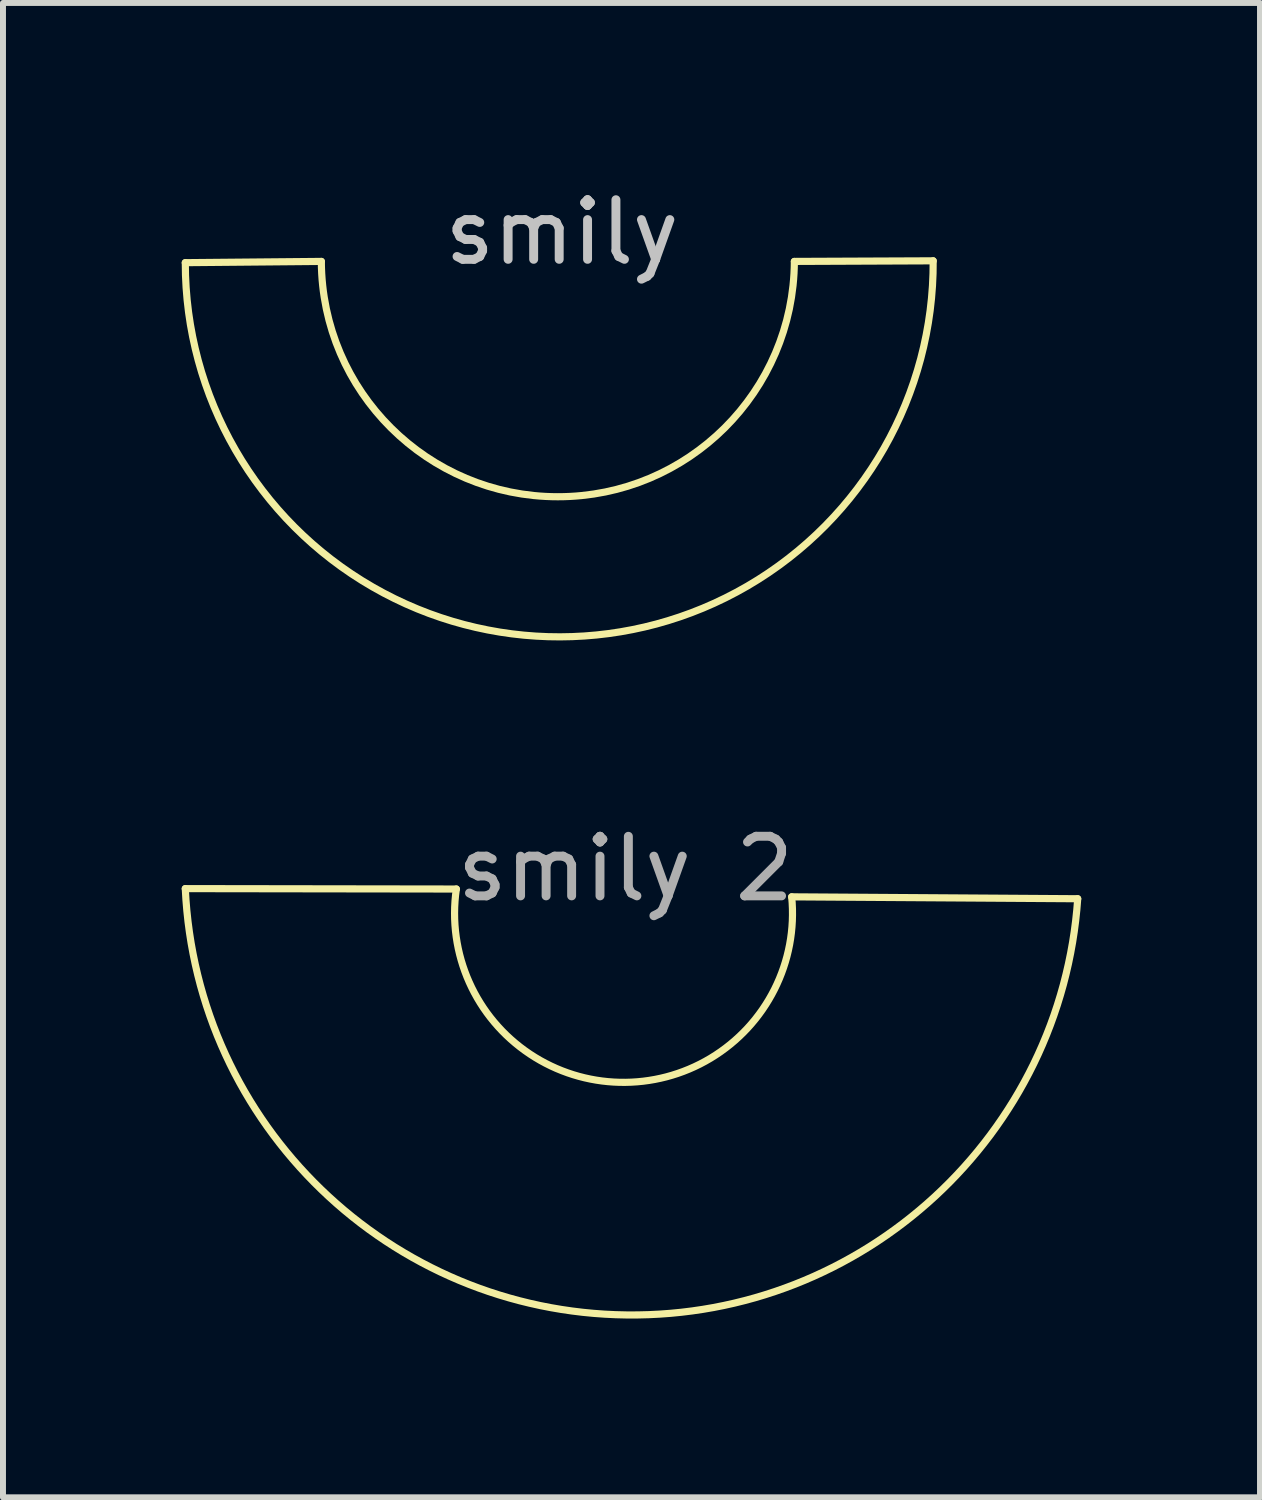
<source format=kicad_pcb>
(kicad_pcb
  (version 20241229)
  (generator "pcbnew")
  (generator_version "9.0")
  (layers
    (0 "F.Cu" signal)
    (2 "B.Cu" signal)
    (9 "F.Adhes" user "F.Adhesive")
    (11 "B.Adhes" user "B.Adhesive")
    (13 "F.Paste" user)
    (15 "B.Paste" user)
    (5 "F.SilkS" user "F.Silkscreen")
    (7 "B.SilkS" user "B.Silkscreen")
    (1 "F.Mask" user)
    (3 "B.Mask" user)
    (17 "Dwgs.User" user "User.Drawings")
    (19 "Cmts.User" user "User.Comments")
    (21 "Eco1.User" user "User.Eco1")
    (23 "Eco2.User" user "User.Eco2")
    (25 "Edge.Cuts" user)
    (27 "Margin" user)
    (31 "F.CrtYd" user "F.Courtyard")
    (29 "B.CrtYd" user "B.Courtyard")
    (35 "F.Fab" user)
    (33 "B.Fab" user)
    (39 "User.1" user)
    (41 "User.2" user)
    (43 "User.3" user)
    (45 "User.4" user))
  (footprint "smily 2"
    (layer "F.Cu")
    (at 7.45 12.033)
    (property "Reference" "smily 2" (at 0 -0.5 0) (unlocked yes) (layer "F.Fab") (effects (font (size 1 1) (thickness 0.15))))
    (fp_line (start -7.39 -0.167) (end -2.84 -0.16) (stroke (width 0.12) (type solid)) (layer "F.SilkS"))
    (fp_line (start 2.789 -0.029) (end 7.59 0.003) (stroke (width 0.12) (type solid)) (layer "F.SilkS"))
    (fp_arc (start 2.789108 -0.028944) (mid -0.099449 3.084117) (end -2.84 -0.16) (stroke (width 0.12) (type solid)) (layer "F.SilkS"))
    (fp_arc (start 7.590251 0.003489) (mid 0.02 6.99) (end -7.389748 -0.166511) (stroke (width 0.12) (type solid)) (layer "F.SilkS")))
  (footprint "smily"
    (layer "F.Cu")
    (at 6.384 1.348)
    (property "Reference" "smily" (at 0 -0.5 0) (unlocked yes) (layer "Dwgs.User") (effects (font (size 1 1) (thickness 0.15))))
    (fp_line (start -6.324 0.011) (end -4.04 -0.01) (stroke (width 0.12) (type solid)) (layer "F.SilkS"))
    (fp_line (start 3.9 -0.01) (end 6.23 -0.02) (stroke (width 0.12) (type solid)) (layer "F.SilkS"))
    (fp_arc (start 3.9 -0.01) (mid -0.070055 3.960055) (end -4.04011 -0.01) (stroke (width 0.12) (type solid)) (layer "F.SilkS"))
    (fp_arc (start 6.23 -0.02) (mid -0.031109 6.27665) (end -6.323503 0.011263) (stroke (width 0.12) (type solid)) (layer "F.SilkS")))
  (gr_rect
    (start -3 -3)
    (end 18.1 22.084)
    (stroke (width 0.1) (type default))
    (fill no)
    (layer "Edge.Cuts")))
</source>
